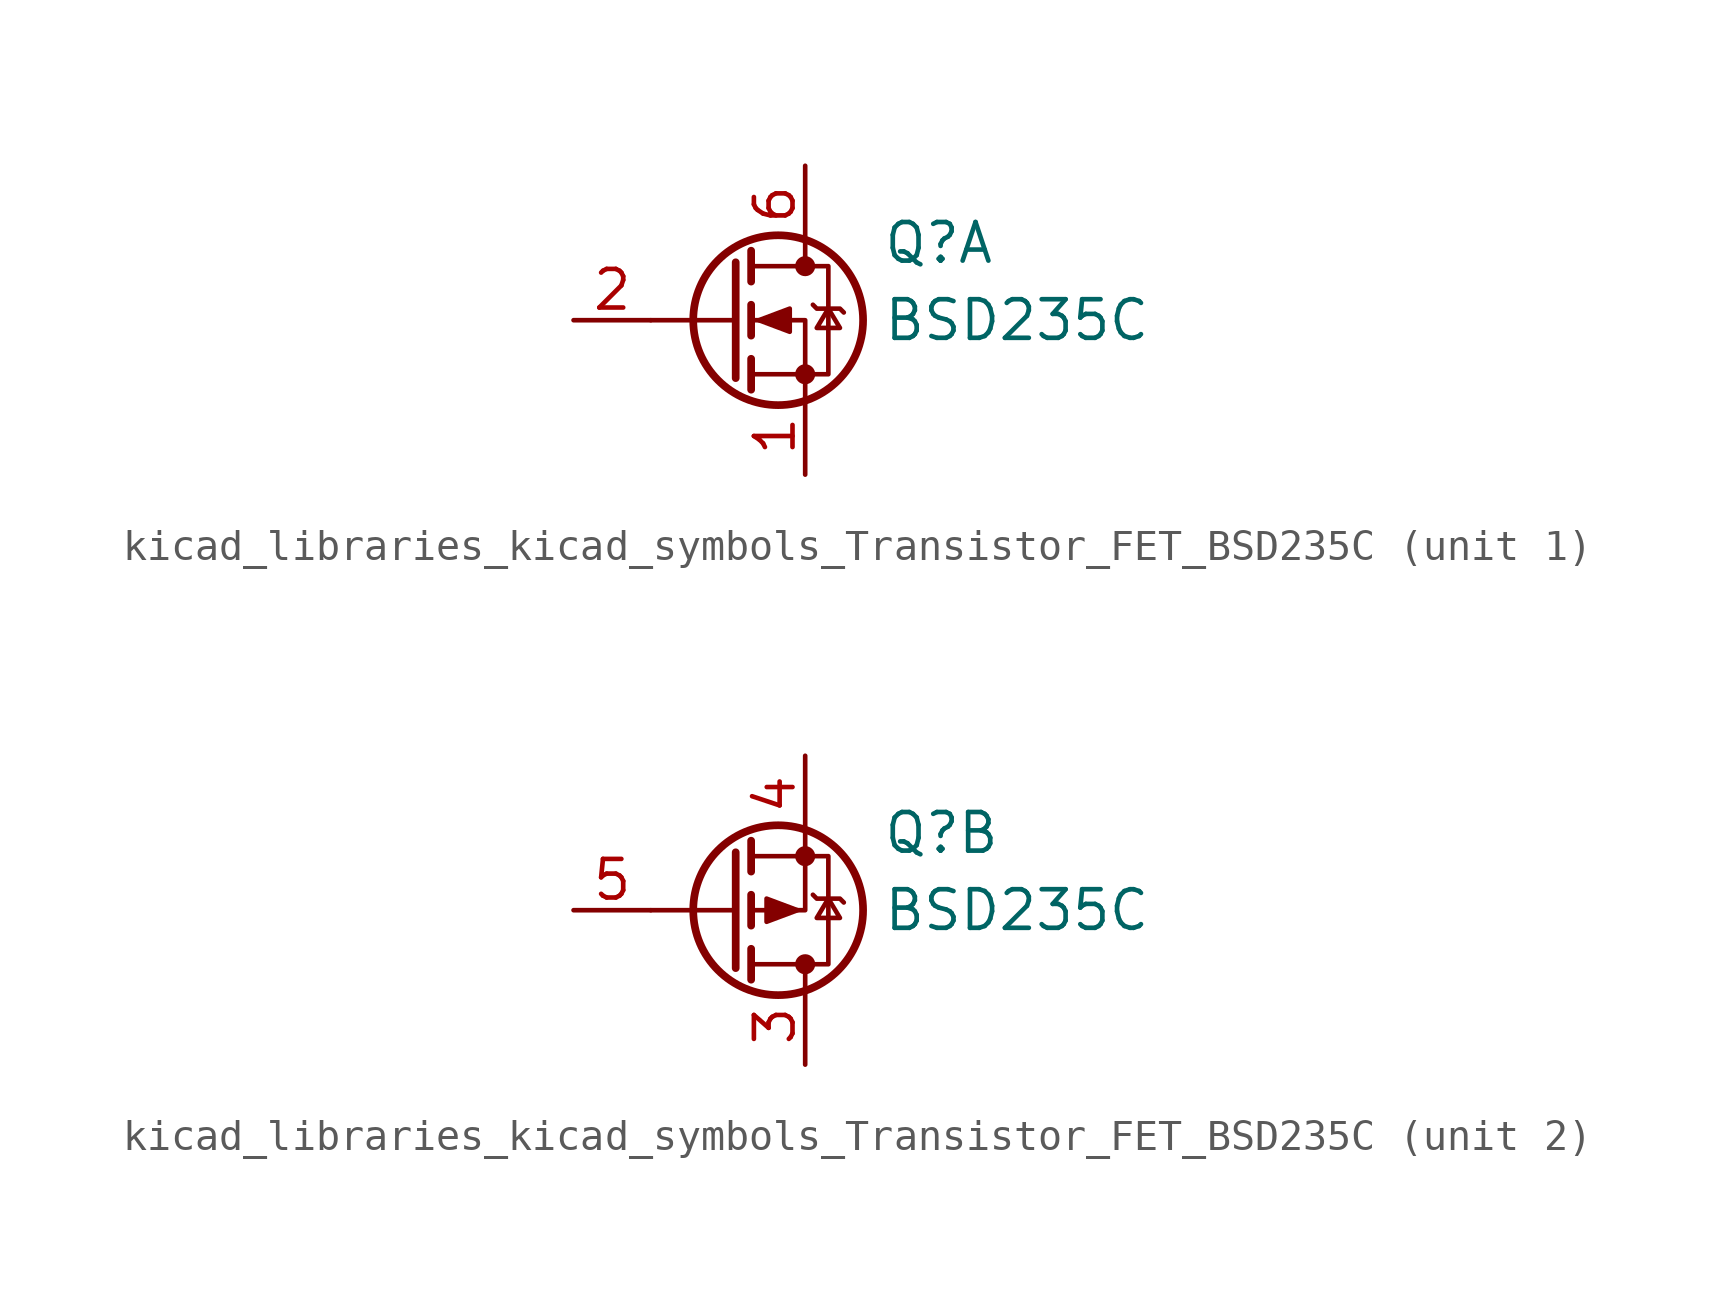
<source format=kicad_sym>
(kicad_symbol_lib
  (version 20220914)
  (generator kicad_symbol_editor)
  (symbol "kicad_libraries_kicad_symbols_Transistor_FET_BSD235C"
    (pin_names hide)
    (property "Reference" "Q"
      (at 5.08 2.54 0)
      (effects (font (size 1.27 1.27)) (justify left)))
    (property "Value" "BSD235C"
      (at 5.08 0 0)
      (effects (font (size 1.27 1.27)) (justify left)))
    (symbol "kicad_libraries_kicad_symbols_Transistor_FET_BSD235C_1_1"
      (polyline (pts (xy 0.254 -1.905) (xy 0.254 1.905)) (stroke (width 0.254) (type default)) (fill (type none)))
      (polyline (pts (xy 0.254 0) (xy -2.54 0)) (stroke (width 0) (type default)) (fill (type none)))
      (polyline (pts (xy 0.762 -2.286) (xy 0.762 -1.27)) (stroke (width 0.254) (type default)) (fill (type none)))
      (polyline (pts (xy 0.762 -0.508) (xy 0.762 0.508)) (stroke (width 0.254) (type default)) (fill (type none)))
      (polyline (pts (xy 0.762 1.27) (xy 0.762 2.286)) (stroke (width 0.254) (type default)) (fill (type none)))
      (polyline (pts (xy 2.54 1.905) (xy 2.54 2.54)) (stroke (width 0) (type default)) (fill (type none)))
      (polyline (pts (xy 2.54 -2.54) (xy 2.54 0) (xy 0.762 0)) (stroke (width 0) (type default)) (fill (type none)))
      (polyline (pts (xy 0.762 1.778) (xy 3.302 1.778) (xy 3.302 -1.778) (xy 0.762 -1.778)) (stroke (width 0) (type default)) (fill (type none)))
      (polyline (pts (xy 1.016 0) (xy 2.032 -0.381) (xy 2.032 0.381) (xy 1.016 0)) (stroke (width 0) (type default)) (fill (type outline)))
      (polyline (pts (xy 2.794 0.508) (xy 2.921 0.381) (xy 3.683 0.381) (xy 3.81 0.254)) (stroke (width 0) (type default)) (fill (type none)))
      (polyline (pts (xy 3.302 0.381) (xy 2.921 -0.254) (xy 3.683 -0.254) (xy 3.302 0.381)) (stroke (width 0) (type default)) (fill (type none)))
      (circle (center 1.651 0) (radius 2.794) (stroke (width 0.254) (type default)) (fill (type none)))
      (circle (center 2.54 -1.778) (radius 0.254) (stroke (width 0) (type default)) (fill (type outline)))
      (circle (center 2.54 1.778) (radius 0.254) (stroke (width 0) (type default)) (fill (type outline)))
      (pin passive line (at 2.54 -5.08 90) (length 2.54) (name "SN" (effects (font (size 1.27 1.27)))) (number "1" (effects (font (size 1.27 1.27)))))
      (pin input line (at -5.08 0 0) (length 2.54) (name "GN" (effects (font (size 1.27 1.27)))) (number "2" (effects (font (size 1.27 1.27)))))
      (pin passive line (at 2.54 5.08 270) (length 2.54) (name "DN" (effects (font (size 1.27 1.27)))) (number "6" (effects (font (size 1.27 1.27))))))
    (symbol "kicad_libraries_kicad_symbols_Transistor_FET_BSD235C_2_1"
      (polyline (pts (xy 0.254 0) (xy -2.54 0)) (stroke (width 0) (type default)) (fill (type none)))
      (polyline (pts (xy 0.254 1.905) (xy 0.254 -1.905)) (stroke (width 0.254) (type default)) (fill (type none)))
      (polyline (pts (xy 0.762 -1.27) (xy 0.762 -2.286)) (stroke (width 0.254) (type default)) (fill (type none)))
      (polyline (pts (xy 0.762 0.508) (xy 0.762 -0.508)) (stroke (width 0.254) (type default)) (fill (type none)))
      (polyline (pts (xy 0.762 2.286) (xy 0.762 1.27)) (stroke (width 0.254) (type default)) (fill (type none)))
      (polyline (pts (xy 2.54 -1.905) (xy 2.54 -2.54)) (stroke (width 0) (type default)) (fill (type none)))
      (polyline (pts (xy 2.54 2.54) (xy 2.54 0) (xy 0.762 0)) (stroke (width 0) (type default)) (fill (type none)))
      (polyline (pts (xy 0.762 -1.778) (xy 3.302 -1.778) (xy 3.302 1.778) (xy 0.762 1.778)) (stroke (width 0) (type default)) (fill (type none)))
      (polyline (pts (xy 2.286 0) (xy 1.27 -0.381) (xy 1.27 0.381) (xy 2.286 0)) (stroke (width 0) (type default)) (fill (type outline)))
      (polyline (pts (xy 2.794 0.508) (xy 2.921 0.381) (xy 3.683 0.381) (xy 3.81 0.254)) (stroke (width 0) (type default)) (fill (type none)))
      (polyline (pts (xy 3.302 0.381) (xy 2.921 -0.254) (xy 3.683 -0.254) (xy 3.302 0.381)) (stroke (width 0) (type default)) (fill (type none)))
      (circle (center 1.651 0) (radius 2.794) (stroke (width 0.254) (type default)) (fill (type none)))
      (circle (center 2.54 -1.778) (radius 0.254) (stroke (width 0) (type default)) (fill (type outline)))
      (circle (center 2.54 1.778) (radius 0.254) (stroke (width 0) (type default)) (fill (type outline)))
      (pin passive line (at 2.54 -5.08 90) (length 2.54) (name "DP" (effects (font (size 1.27 1.27)))) (number "3" (effects (font (size 1.27 1.27)))))
      (pin passive line (at 2.54 5.08 270) (length 2.54) (name "SP" (effects (font (size 1.27 1.27)))) (number "4" (effects (font (size 1.27 1.27)))))
      (pin input line (at -5.08 0 0) (length 2.54) (name "GP" (effects (font (size 1.27 1.27)))) (number "5" (effects (font (size 1.27 1.27))))))))
</source>
